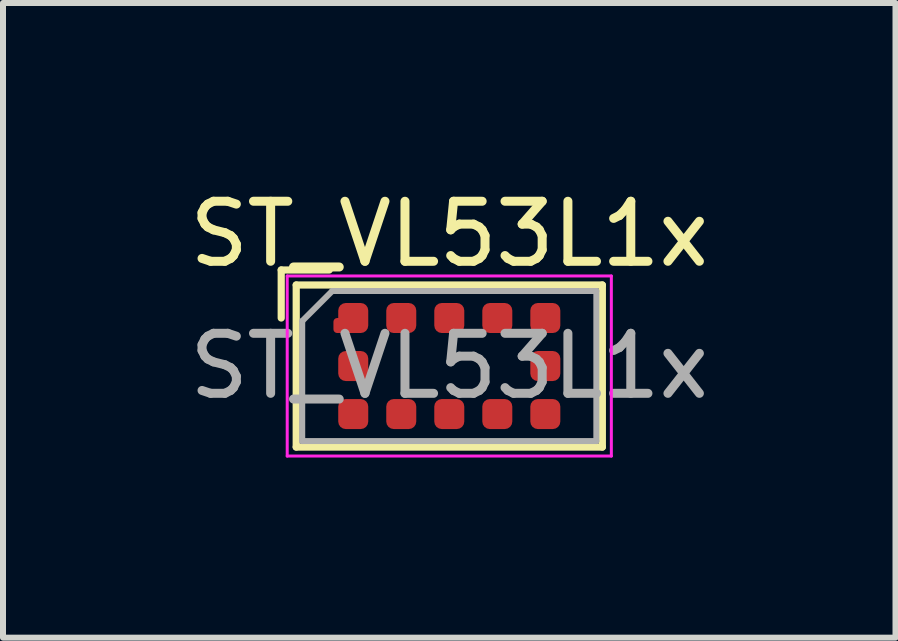
<source format=kicad_pcb>
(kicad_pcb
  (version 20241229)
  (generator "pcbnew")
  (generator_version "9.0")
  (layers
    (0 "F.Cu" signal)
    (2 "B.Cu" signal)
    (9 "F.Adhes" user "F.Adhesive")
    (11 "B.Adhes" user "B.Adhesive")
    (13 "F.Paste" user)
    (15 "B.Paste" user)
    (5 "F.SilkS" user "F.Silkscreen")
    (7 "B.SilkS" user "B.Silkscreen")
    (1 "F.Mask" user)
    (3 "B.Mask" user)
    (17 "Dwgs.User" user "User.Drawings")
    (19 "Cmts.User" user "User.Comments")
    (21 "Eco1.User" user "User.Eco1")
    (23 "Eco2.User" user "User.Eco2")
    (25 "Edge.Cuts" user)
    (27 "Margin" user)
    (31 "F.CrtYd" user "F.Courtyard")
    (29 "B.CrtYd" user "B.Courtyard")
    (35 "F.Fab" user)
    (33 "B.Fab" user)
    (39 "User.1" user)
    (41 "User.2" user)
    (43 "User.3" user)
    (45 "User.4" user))
  (footprint "ST_VL53L1x"
    (layer "F.Cu")
    (at 4.435 3.048)
    (property "Reference" "ST_VL53L1x" (at 0 -2.2 0) (layer "F.SilkS") (effects (font (size 1 1) (thickness 0.15))))
    (attr through_hole)
    (fp_line (start -2.8 -1.6) (end -2 -1.6) (stroke (width 0.12) (type solid)) (layer "F.SilkS"))
    (fp_line (start -2.8 -0.8) (end -2.8 -1.6) (stroke (width 0.12) (type solid)) (layer "F.SilkS"))
    (fp_line (start -2.55 -1.35) (end -2.55 1.35) (stroke (width 0.12) (type solid)) (layer "F.SilkS"))
    (fp_line (start -2.55 1.35) (end 2.55 1.35) (stroke (width 0.12) (type solid)) (layer "F.SilkS"))
    (fp_line (start 2.55 -1.35) (end -2.55 -1.35) (stroke (width 0.12) (type solid)) (layer "F.SilkS"))
    (fp_line (start 2.55 1.35) (end 2.55 -1.35) (stroke (width 0.12) (type solid)) (layer "F.SilkS"))
    (fp_line (start -2.7 -1.5) (end -2.7 1.5) (stroke (width 0.05) (type solid)) (layer "F.CrtYd"))
    (fp_line (start -2.7 1.5) (end 2.7 1.5) (stroke (width 0.05) (type solid)) (layer "F.CrtYd"))
    (fp_line (start 2.7 -1.5) (end -2.7 -1.5) (stroke (width 0.05) (type solid)) (layer "F.CrtYd"))
    (fp_line (start 2.7 1.5) (end 2.7 -1.5) (stroke (width 0.05) (type solid)) (layer "F.CrtYd"))
    (fp_line (start -2.45 -0.75) (end -2.45 1.25) (stroke (width 0.1) (type solid)) (layer "F.Fab"))
    (fp_line (start -2.45 -0.75) (end -1.95 -1.25) (stroke (width 0.1) (type solid)) (layer "F.Fab"))
    (fp_line (start -1.95 -1.25) (end 2.45 -1.25) (stroke (width 0.1) (type solid)) (layer "F.Fab"))
    (fp_line (start 2.45 -1.25) (end 2.45 1.25) (stroke (width 0.1) (type solid)) (layer "F.Fab"))
    (fp_line (start 2.45 1.25) (end -2.45 1.25) (stroke (width 0.1) (type solid)) (layer "F.Fab"))
    (fp_text user "${REFERENCE}" (at 0 0 0) (layer "F.Fab") (effects (font (size 1 1) (thickness 0.15))))
    (pad "1" smd roundrect (at -1.74 -0.675) (size 0.38 0.25) (layers "F.Cu" "F.Mask" "F.Paste") (roundrect_rratio 0.25))
    (pad "1" smd roundrect (at -1.6 -0.8) (size 0.5 0.5) (layers "F.Cu" "F.Mask" "F.Paste") (roundrect_rratio 0.25))
    (pad "2" smd roundrect (at -0.8 -0.8) (size 0.5 0.5) (layers "F.Cu" "F.Mask" "F.Paste") (roundrect_rratio 0.25))
    (pad "3" smd roundrect (at 0 -0.8) (size 0.5 0.5) (layers "F.Cu" "F.Mask" "F.Paste") (roundrect_rratio 0.25))
    (pad "4" smd roundrect (at 0.8 -0.8) (size 0.5 0.5) (layers "F.Cu" "F.Mask" "F.Paste") (roundrect_rratio 0.25))
    (pad "5" smd roundrect (at 1.6 -0.8) (size 0.5 0.5) (layers "F.Cu" "F.Mask" "F.Paste") (roundrect_rratio 0.25))
    (pad "6" smd roundrect (at 1.6 0) (size 0.5 0.5) (layers "F.Cu" "F.Mask" "F.Paste") (roundrect_rratio 0.25))
    (pad "7" smd roundrect (at 1.6 0.8) (size 0.5 0.5) (layers "F.Cu" "F.Mask" "F.Paste") (roundrect_rratio 0.25))
    (pad "8" smd roundrect (at 0.8 0.8) (size 0.5 0.5) (layers "F.Cu" "F.Mask" "F.Paste") (roundrect_rratio 0.25))
    (pad "9" smd roundrect (at 0 0.8) (size 0.5 0.5) (layers "F.Cu" "F.Mask" "F.Paste") (roundrect_rratio 0.25))
    (pad "10" smd roundrect (at -0.8 0.8) (size 0.5 0.5) (layers "F.Cu" "F.Mask" "F.Paste") (roundrect_rratio 0.25))
    (pad "11" smd roundrect (at -1.6 0.8) (size 0.5 0.5) (layers "F.Cu" "F.Mask" "F.Paste") (roundrect_rratio 0.25))
    (pad "12" smd roundrect (at -1.6 0) (size 0.5 0.5) (layers "F.Cu" "F.Mask" "F.Paste") (roundrect_rratio 0.25)))
  (gr_rect
    (start -3 -3)
    (end 11.869 7.573)
    (stroke (width 0.1) (type default))
    (fill no)
    (layer "Edge.Cuts")))
</source>
